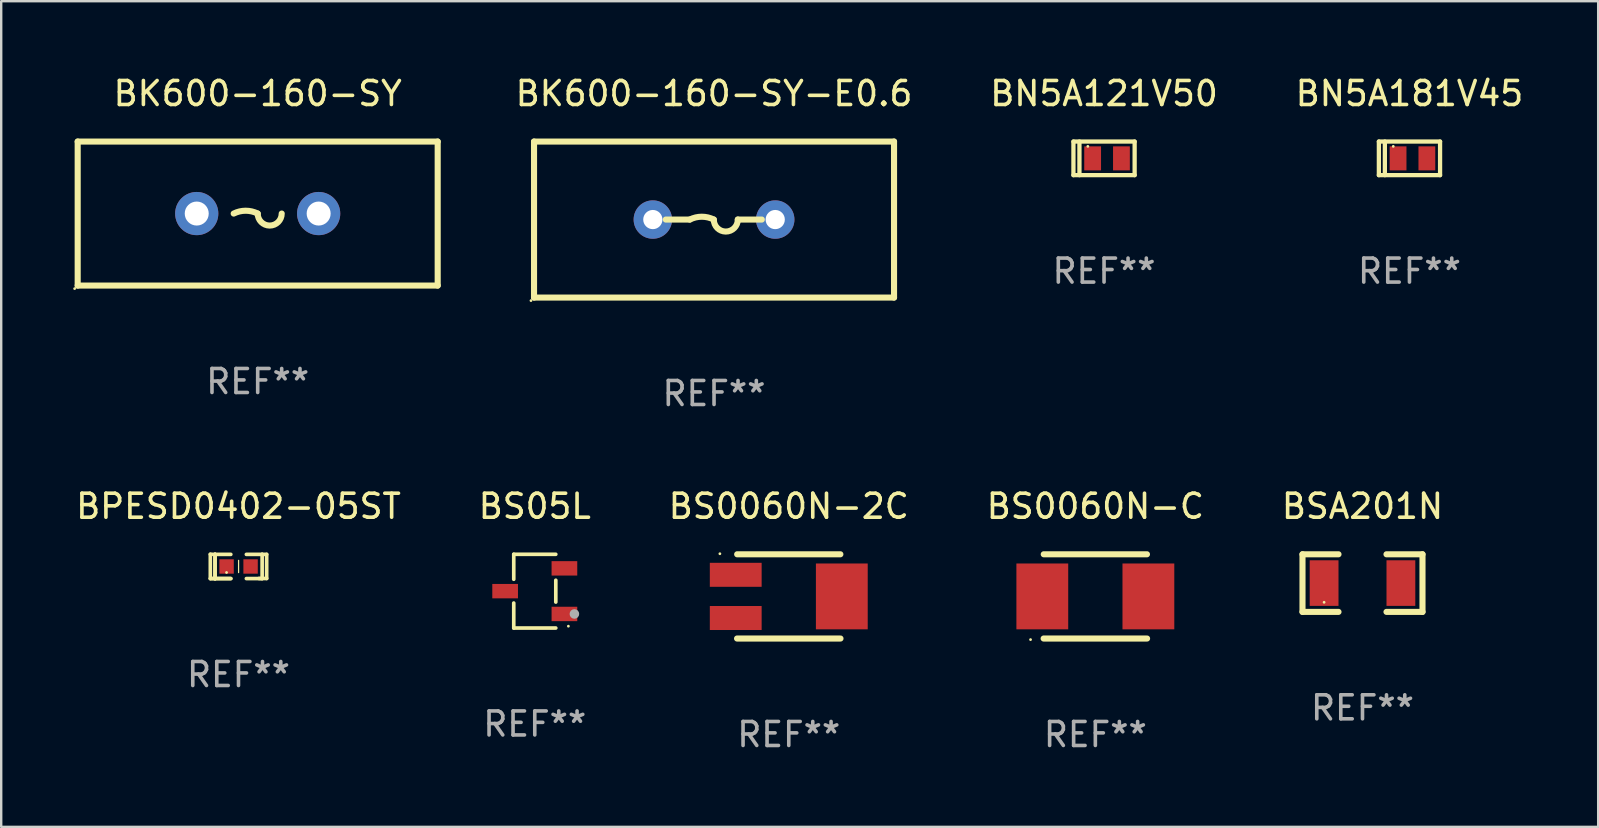
<source format=kicad_pcb>
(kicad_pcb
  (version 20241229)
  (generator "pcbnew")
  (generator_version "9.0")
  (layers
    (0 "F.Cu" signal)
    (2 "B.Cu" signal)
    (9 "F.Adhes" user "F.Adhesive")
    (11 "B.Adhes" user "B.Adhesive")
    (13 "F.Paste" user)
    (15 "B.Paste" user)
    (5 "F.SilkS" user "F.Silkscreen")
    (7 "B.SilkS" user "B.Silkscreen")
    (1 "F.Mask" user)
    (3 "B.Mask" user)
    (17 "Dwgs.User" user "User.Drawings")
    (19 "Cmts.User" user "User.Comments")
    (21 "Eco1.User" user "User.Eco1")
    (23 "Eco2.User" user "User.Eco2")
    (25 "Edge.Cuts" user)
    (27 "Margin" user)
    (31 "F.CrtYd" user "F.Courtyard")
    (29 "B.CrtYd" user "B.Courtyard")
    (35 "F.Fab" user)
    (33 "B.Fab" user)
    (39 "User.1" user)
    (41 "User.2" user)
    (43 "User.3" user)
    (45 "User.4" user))
  (footprint "BK600-160-SY-E0.6"
    (layer "F.Cu")
    (at 26.701 6.098)
    (property "Reference" "BK600-160-SY-E0.6" (at 0 -5.25 0) (layer "F.SilkS") (effects (font (size 1 1) (thickness 0.15))))
    (attr through_hole)
    (fp_line (start -7.5 -3.25) (end -7.5 3.25) (stroke (width 0.254) (type solid)) (layer "F.SilkS"))
    (fp_line (start -7.5 -3.25) (end 7.5 -3.25) (stroke (width 0.254) (type solid)) (layer "F.SilkS"))
    (fp_line (start -7.5 3.25) (end 7.5 3.25) (stroke (width 0.254) (type solid)) (layer "F.SilkS"))
    (fp_line (start -1.01 0) (end -2.01 0) (stroke (width 0.254) (type solid)) (layer "F.SilkS"))
    (fp_line (start 0.99 0) (end 1.99 0) (stroke (width 0.254) (type solid)) (layer "F.SilkS"))
    (fp_line (start 7.5 -3.25) (end 7.5 3.25) (stroke (width 0.254) (type solid)) (layer "F.SilkS"))
    (fp_arc (start -1.010008 0) (mid -0.510008 -0.118021) (end -0.010008 0) (stroke (width 0.254001) (type solid)) (layer "F.SilkS"))
    (fp_arc (start 0.990754 0) (mid 0.490373 0.500127) (end -0.010008 0) (stroke (width 0.254001) (type solid)) (layer "F.SilkS"))
    (fp_circle (center -7.627 3.377) (end -7.597 3.377) (stroke (width 0.06) (type solid)) (fill no) (layer "F.SilkS"))
    (fp_text user "REF**" (at 0 7.25 0) (layer "F.Fab") (effects (font (size 1 1) (thickness 0.15))))
    (pad "1" thru_hole circle (at -2.55 0) (size 1.6 1.6) (drill 0.8) (layers "*.Cu" "*.Mask"))
    (pad "2" thru_hole circle (at 2.55 0) (size 1.6 1.6) (drill 0.8) (layers "*.Cu" "*.Mask")))
  (footprint "BK600-160-SY"
    (layer "F.Cu")
    (at 7.687 5.848)
    (property "Reference" "BK600-160-SY" (at 0 -5 0) (layer "F.SilkS") (effects (font (size 1 1) (thickness 0.15))))
    (attr through_hole)
    (fp_line (start -7.5 -3) (end 7.5 -3) (stroke (width 0.254) (type solid)) (layer "F.SilkS"))
    (fp_line (start -7.5 3) (end -7.5 -3) (stroke (width 0.254) (type solid)) (layer "F.SilkS"))
    (fp_line (start -7.5 3) (end 7.5 3) (stroke (width 0.254) (type solid)) (layer "F.SilkS"))
    (fp_line (start 7.5 3) (end 7.5 -3) (stroke (width 0.254) (type solid)) (layer "F.SilkS"))
    (fp_arc (start -1 0) (mid -0.5 -0.118021) (end 0 0) (stroke (width 0.254001) (type solid)) (layer "F.SilkS"))
    (fp_arc (start 1.000762 0) (mid 0.500381 0.500127) (end 0 0) (stroke (width 0.254001) (type solid)) (layer "F.SilkS"))
    (fp_circle (center -7.627 3.127) (end -7.597 3.127) (stroke (width 0.06) (type solid)) (fill no) (layer "F.SilkS"))
    (fp_text user "REF**" (at 0 7 0) (layer "F.Fab") (effects (font (size 1 1) (thickness 0.15))))
    (pad "1" thru_hole circle (at -2.54 0) (size 1.8 1.8) (drill 1) (layers "*.Cu" "*.Mask"))
    (pad "2" thru_hole circle (at 2.54 0) (size 1.8 1.8) (drill 1) (layers "*.Cu" "*.Mask")))
  (footprint "BSA201N"
    (layer "F.Cu")
    (at 53.72 21.245)
    (property "Reference" "BSA201N" (at 0 -3.2 0) (layer "F.SilkS") (effects (font (size 1 1) (thickness 0.15))))
    (attr through_hole)
    (fp_line (start -2.5 -1.2) (end -2.5 1.2) (stroke (width 0.254) (type solid)) (layer "F.SilkS"))
    (fp_line (start -1 -1.2) (end -2.5 -1.2) (stroke (width 0.254) (type solid)) (layer "F.SilkS"))
    (fp_line (start -1 1.2) (end -2.5 1.2) (stroke (width 0.254) (type solid)) (layer "F.SilkS"))
    (fp_line (start 1 -1.2) (end 2.5 -1.2) (stroke (width 0.254) (type solid)) (layer "F.SilkS"))
    (fp_line (start 1 1.2) (end 2.5 1.2) (stroke (width 0.254) (type solid)) (layer "F.SilkS"))
    (fp_line (start 2.5 -1.2) (end 2.5 1.2) (stroke (width 0.254) (type solid)) (layer "F.SilkS"))
    (fp_circle (center -1.6 0.8) (end -1.57 0.8) (stroke (width 0.06) (type solid)) (fill no) (layer "F.SilkS"))
    (fp_text user "REF**" (at 0 5.2 0) (layer "F.Fab") (effects (font (size 1 1) (thickness 0.15))))
    (pad "1" smd rect (at -1.6 0) (size 1.2 1.9) (layers "F.Cu" "F.Mask" "F.Paste"))
    (pad "2" smd rect (at 1.6 0) (size 1.2 1.9) (layers "F.Cu" "F.Mask" "F.Paste")))
  (footprint "BN5A181V45"
    (layer "F.Cu")
    (at 55.677 3.548)
    (property "Reference" "BN5A181V45" (at 0 -2.7 0) (layer "F.SilkS") (effects (font (size 1 1) (thickness 0.15))))
    (attr through_hole)
    (fp_line (start -1.275 -0.7) (end -1.275 0.7) (stroke (width 0.178) (type solid)) (layer "F.SilkS"))
    (fp_line (start -1.275 -0.7) (end 1.275 -0.7) (stroke (width 0.178) (type solid)) (layer "F.SilkS"))
    (fp_line (start -1.275 0.7) (end 1.275 0.7) (stroke (width 0.178) (type solid)) (layer "F.SilkS"))
    (fp_line (start -1.025 -0.7) (end -1.025 0.7) (stroke (width 0.178) (type solid)) (layer "F.SilkS"))
    (fp_line (start 1.275 -0.7) (end 1.275 0.7) (stroke (width 0.178) (type solid)) (layer "F.SilkS"))
    (fp_circle (center -0.675 -0.5) (end -0.645 -0.5) (stroke (width 0.06) (type solid)) (fill no) (layer "F.SilkS"))
    (fp_text user "REF**" (at 0 4.7 0) (layer "F.Fab") (effects (font (size 1 1) (thickness 0.15))))
    (pad "1" smd rect (at -0.475 0 90) (size 1 0.7) (layers "F.Cu" "F.Mask" "F.Paste"))
    (pad "2" smd rect (at 0.725 0 90) (size 1 0.7) (layers "F.Cu" "F.Mask" "F.Paste")))
  (footprint "BS0060N-2C"
    (layer "F.Cu")
    (at 29.815 21.8)
    (property "Reference" "BS0060N-2C" (at 0 -3.755 0) (layer "F.SilkS") (effects (font (size 1 1) (thickness 0.15))))
    (attr through_hole)
    (fp_line (start -2.15 -1.755) (end 2.15 -1.755) (stroke (width 0.254) (type solid)) (layer "F.SilkS"))
    (fp_line (start 2.155 1.755) (end -2.155 1.755) (stroke (width 0.254) (type solid)) (layer "F.SilkS"))
    (fp_circle (center -2.87 -1.778) (end -2.84 -1.778) (stroke (width 0.06) (type solid)) (fill no) (layer "F.SilkS"))
    (fp_text user "REF**" (at 0 5.755 0) (layer "F.Fab") (effects (font (size 1 1) (thickness 0.15))))
    (pad "1" smd rect (at -2.21 -0.9) (size 2.159 1) (layers "F.Cu" "F.Mask" "F.Paste"))
    (pad "2" smd rect (at 2.21 0) (size 2.159 2.743) (layers "F.Cu" "F.Mask" "F.Paste"))
    (pad "3" smd rect (at -2.21 0.9) (size 2.159 1) (layers "F.Cu" "F.Mask" "F.Paste")))
  (footprint "BS0060N-C"
    (layer "F.Cu")
    (at 42.589 21.8)
    (property "Reference" "BS0060N-C" (at 0 -3.755 0) (layer "F.SilkS") (effects (font (size 1 1) (thickness 0.15))))
    (attr through_hole)
    (fp_line (start -2.15 -1.755) (end 2.15 -1.755) (stroke (width 0.254) (type solid)) (layer "F.SilkS"))
    (fp_line (start 2.155 1.755) (end -2.155 1.755) (stroke (width 0.254) (type solid)) (layer "F.SilkS"))
    (fp_circle (center -2.7 1.8) (end -2.67 1.8) (stroke (width 0.06) (type solid)) (fill no) (layer "F.SilkS"))
    (fp_text user "REF**" (at 0 5.755 0) (layer "F.Fab") (effects (font (size 1 1) (thickness 0.15))))
    (pad "1" smd rect (at -2.21 0) (size 2.159 2.743) (layers "F.Cu" "F.Mask" "F.Paste"))
    (pad "2" smd rect (at 2.21 0) (size 2.159 2.743) (layers "F.Cu" "F.Mask" "F.Paste")))
  (footprint "BS05L"
    (layer "F.Cu")
    (at 19.232 21.581)
    (property "Reference" "BS05L" (at 0 -3.536 0) (layer "F.SilkS") (effects (font (size 1 1) (thickness 0.15))))
    (attr through_hole)
    (fp_line (start -0.876 -1.536) (end -0.876 -0.495) (stroke (width 0.152) (type solid)) (layer "F.SilkS"))
    (fp_line (start -0.876 1.536) (end -0.876 0.495) (stroke (width 0.152) (type solid)) (layer "F.SilkS"))
    (fp_line (start 0.876 -1.536) (end -0.876 -1.536) (stroke (width 0.152) (type solid)) (layer "F.SilkS"))
    (fp_line (start 0.876 -0.455) (end 0.876 0.455) (stroke (width 0.152) (type solid)) (layer "F.SilkS"))
    (fp_line (start 0.876 1.536) (end -0.876 1.536) (stroke (width 0.152) (type solid)) (layer "F.SilkS"))
    (fp_circle (center 1.4 1.46) (end 1.43 1.46) (stroke (width 0.06) (type solid)) (fill no) (layer "F.SilkS"))
    (fp_circle (center 1.651 0.95) (end 1.751 0.95) (stroke (width 0.2) (type solid)) (fill no) (layer "F.Fab"))
    (fp_text user "REF**" (at 0 5.536 0) (layer "F.Fab") (effects (font (size 1 1) (thickness 0.15))))
    (pad "1" smd rect (at 1.235 0.95) (size 1.07 0.6) (layers "F.Cu" "F.Mask" "F.Paste"))
    (pad "2" smd rect (at 1.235 -0.95) (size 1.07 0.6) (layers "F.Cu" "F.Mask" "F.Paste"))
    (pad "3" smd rect (at -1.235 0) (size 1.07 0.6) (layers "F.Cu" "F.Mask" "F.Paste")))
  (footprint "BPESD0402-05ST"
    (layer "F.Cu")
    (at 6.887 20.551)
    (property "Reference" "BPESD0402-05ST" (at 0 -2.506 0) (layer "F.SilkS") (effects (font (size 1 1) (thickness 0.15))))
    (attr through_hole)
    (fp_line (start -1.174 -0.506) (end -0.977 -0.502) (stroke (width 0.152) (type solid)) (layer "F.SilkS"))
    (fp_line (start -1.174 0.506) (end -1.174 -0.506) (stroke (width 0.152) (type solid)) (layer "F.SilkS"))
    (fp_line (start -0.977 -0.502) (end -0.977 0.506) (stroke (width 0.152) (type solid)) (layer "F.SilkS"))
    (fp_line (start -0.977 -0.502) (end -0.977 0.506) (stroke (width 0.152) (type solid)) (layer "F.SilkS"))
    (fp_line (start -0.977 0.506) (end -1.166 0.506) (stroke (width 0.152) (type solid)) (layer "F.SilkS"))
    (fp_line (start -0.977 0.506) (end -0.32 0.506) (stroke (width 0.152) (type solid)) (layer "F.SilkS"))
    (fp_line (start -0.977 0.506) (end -0.32 0.506) (stroke (width 0.152) (type solid)) (layer "F.SilkS"))
    (fp_line (start -0.971 0.506) (end -1.174 0.506) (stroke (width 0.152) (type solid)) (layer "F.SilkS"))
    (fp_line (start -0.32 -0.502) (end -0.977 -0.502) (stroke (width 0.152) (type solid)) (layer "F.SilkS"))
    (fp_line (start 0.004 -0.252) (end 0.004 0.256) (stroke (width 0.051) (type solid)) (layer "F.SilkS"))
    (fp_line (start 0.328 0.506) (end 0.985 0.506) (stroke (width 0.152) (type solid)) (layer "F.SilkS"))
    (fp_line (start 0.985 -0.502) (end 0.328 -0.502) (stroke (width 0.152) (type solid)) (layer "F.SilkS"))
    (fp_line (start 0.985 -0.502) (end 1.174 -0.502) (stroke (width 0.152) (type solid)) (layer "F.SilkS"))
    (fp_line (start 0.985 0.506) (end 0.985 -0.502) (stroke (width 0.152) (type solid)) (layer "F.SilkS"))
    (fp_line (start 1.174 -0.502) (end 1.174 0.502) (stroke (width 0.152) (type solid)) (layer "F.SilkS"))
    (fp_line (start 1.174 0.502) (end 0.851 0.502) (stroke (width 0.152) (type solid)) (layer "F.SilkS"))
    (fp_circle (center -0.497 0.253) (end -0.467 0.253) (stroke (width 0.06) (type solid)) (fill no) (layer "F.SilkS"))
    (fp_text user "REF**" (at 0 4.506 0) (layer "F.Fab") (effects (font (size 1 1) (thickness 0.15))))
    (pad "1" smd rect (at -0.496 0.002) (size 0.6 0.6) (layers "F.Cu" "F.Mask" "F.Paste"))
    (pad "2" smd rect (at 0.504 0.002) (size 0.6 0.6) (layers "F.Cu" "F.Mask" "F.Paste")))
  (footprint "BN5A121V50"
    (layer "F.Cu")
    (at 42.951 3.548)
    (property "Reference" "BN5A121V50" (at 0 -2.7 0) (layer "F.SilkS") (effects (font (size 1 1) (thickness 0.15))))
    (attr through_hole)
    (fp_line (start -1.275 -0.7) (end -1.275 0.7) (stroke (width 0.178) (type solid)) (layer "F.SilkS"))
    (fp_line (start -1.275 -0.7) (end 1.275 -0.7) (stroke (width 0.178) (type solid)) (layer "F.SilkS"))
    (fp_line (start -1.275 0.7) (end 1.275 0.7) (stroke (width 0.178) (type solid)) (layer "F.SilkS"))
    (fp_line (start -1.025 -0.7) (end -1.025 0.7) (stroke (width 0.178) (type solid)) (layer "F.SilkS"))
    (fp_line (start 1.275 -0.7) (end 1.275 0.7) (stroke (width 0.178) (type solid)) (layer "F.SilkS"))
    (fp_circle (center -0.675 -0.5) (end -0.645 -0.5) (stroke (width 0.06) (type solid)) (fill no) (layer "F.SilkS"))
    (fp_text user "REF**" (at 0 4.7 0) (layer "F.Fab") (effects (font (size 1 1) (thickness 0.15))))
    (pad "1" smd rect (at -0.475 0 90) (size 1 0.7) (layers "F.Cu" "F.Mask" "F.Paste"))
    (pad "2" smd rect (at 0.725 0 90) (size 1 0.7) (layers "F.Cu" "F.Mask" "F.Paste")))
  (gr_rect
    (start -3 -3)
    (end 63.54 31.403)
    (stroke (width 0.1) (type default))
    (fill no)
    (layer "Edge.Cuts")))
</source>
